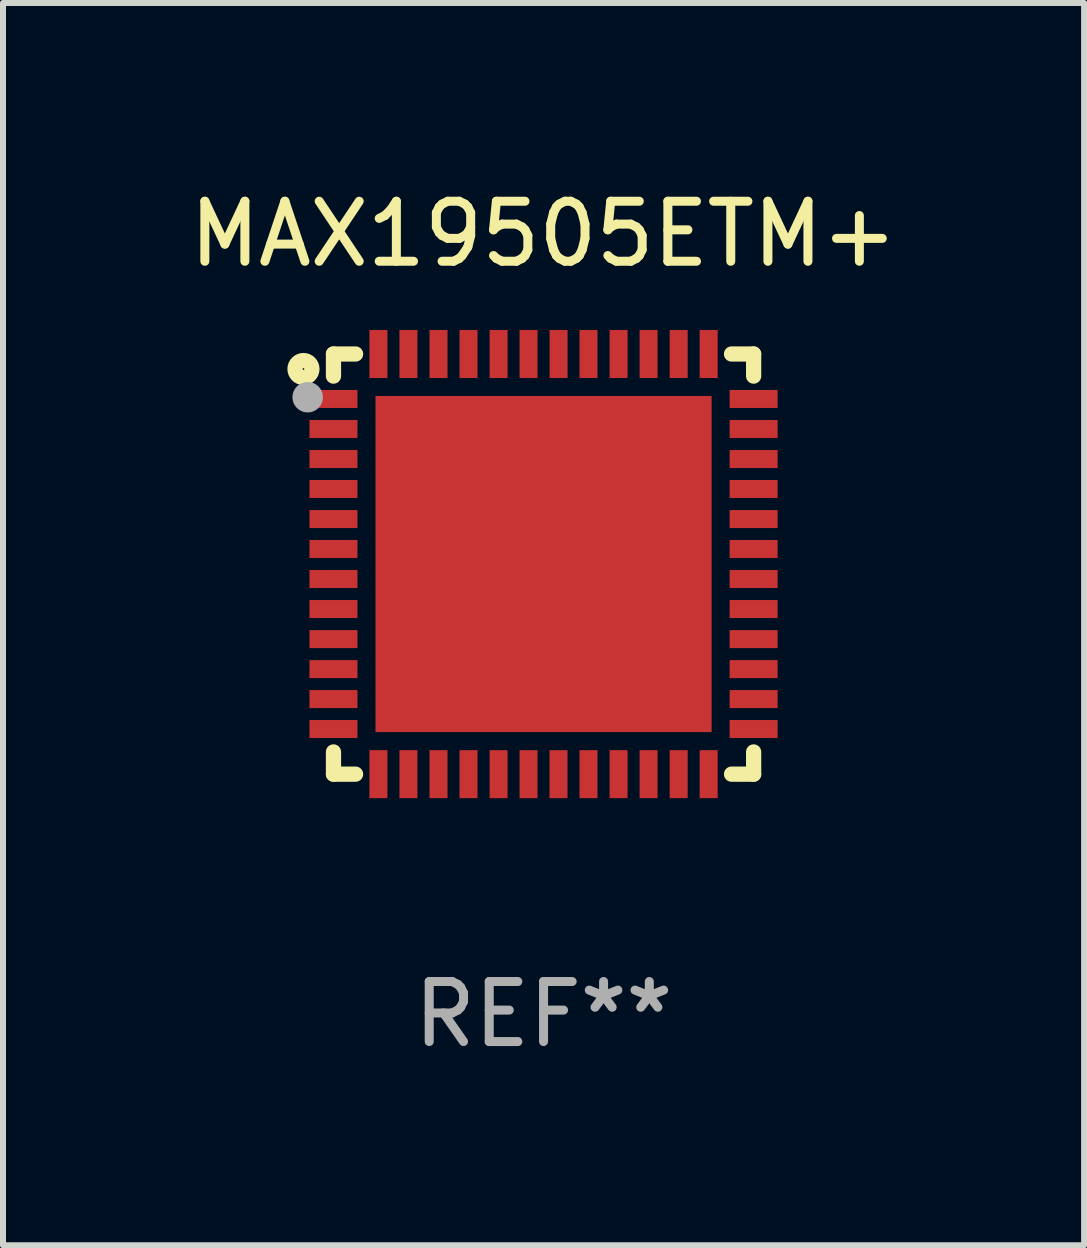
<source format=kicad_pcb>
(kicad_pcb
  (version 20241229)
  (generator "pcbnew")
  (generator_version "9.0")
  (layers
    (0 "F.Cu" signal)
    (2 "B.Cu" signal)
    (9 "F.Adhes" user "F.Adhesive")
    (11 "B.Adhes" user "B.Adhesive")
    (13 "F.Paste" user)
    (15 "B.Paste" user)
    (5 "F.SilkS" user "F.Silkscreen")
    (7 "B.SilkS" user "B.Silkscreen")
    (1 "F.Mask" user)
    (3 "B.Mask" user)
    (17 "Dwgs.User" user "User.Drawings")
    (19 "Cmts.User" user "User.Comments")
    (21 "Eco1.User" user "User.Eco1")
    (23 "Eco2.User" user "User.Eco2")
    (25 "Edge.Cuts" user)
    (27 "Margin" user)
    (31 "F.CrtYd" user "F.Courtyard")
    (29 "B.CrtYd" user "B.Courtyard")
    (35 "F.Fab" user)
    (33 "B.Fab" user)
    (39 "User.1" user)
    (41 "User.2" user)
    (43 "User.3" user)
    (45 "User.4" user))
  (footprint "MAX19505ETM+"
    (layer "F.Cu")
    (at 6.006 6.348)
    (property "Reference" "MAX19505ETM+" (at 0 -5.5 0) (layer "F.SilkS") (effects (font (size 1 1) (thickness 0.15))))
    (attr through_hole)
    (fp_line (start -3.5 -3.5) (end -3.132 -3.5) (stroke (width 0.254) (type solid)) (layer "F.SilkS"))
    (fp_line (start -3.5 -3.132) (end -3.5 -3.5) (stroke (width 0.254) (type solid)) (layer "F.SilkS"))
    (fp_line (start -3.5 3.5) (end -3.5 3.13) (stroke (width 0.254) (type solid)) (layer "F.SilkS"))
    (fp_line (start -3.132 3.5) (end -3.5 3.5) (stroke (width 0.254) (type solid)) (layer "F.SilkS"))
    (fp_line (start 3.132 -3.5) (end 3.5 -3.5) (stroke (width 0.254) (type solid)) (layer "F.SilkS"))
    (fp_line (start 3.5 -3.5) (end 3.5 -3.132) (stroke (width 0.254) (type solid)) (layer "F.SilkS"))
    (fp_line (start 3.5 3.13) (end 3.5 3.5) (stroke (width 0.254) (type solid)) (layer "F.SilkS"))
    (fp_line (start 3.5 3.5) (end 3.132 3.5) (stroke (width 0.254) (type solid)) (layer "F.SilkS"))
    (fp_circle (center -4 -3.25) (end -3.859 -3.25) (stroke (width 0.254) (type solid)) (fill no) (layer "F.SilkS"))
    (fp_circle (center -3.5 -3.501) (end -3.47 -3.501) (stroke (width 0.06) (type solid)) (fill no) (layer "F.SilkS"))
    (fp_circle (center -3.93 -2.78) (end -3.803 -2.78) (stroke (width 0.254) (type solid)) (fill no) (layer "F.Fab"))
    (fp_text user "REF**" (at 0 7.5 0) (layer "F.Fab") (effects (font (size 1 1) (thickness 0.15))))
    (pad "1" smd rect (at -3.5 -2.751 270) (size 0.3 0.8) (layers "F.Cu" "F.Mask" "F.Paste"))
    (pad "2" smd rect (at -3.5 -2.25 270) (size 0.3 0.8) (layers "F.Cu" "F.Mask" "F.Paste"))
    (pad "3" smd rect (at -3.5 -1.75 270) (size 0.3 0.8) (layers "F.Cu" "F.Mask" "F.Paste"))
    (pad "4" smd rect (at -3.5 -1.251 270) (size 0.3 0.8) (layers "F.Cu" "F.Mask" "F.Paste"))
    (pad "5" smd rect (at -3.5 -0.75 270) (size 0.3 0.8) (layers "F.Cu" "F.Mask" "F.Paste"))
    (pad "6" smd rect (at -3.5 -0.251 270) (size 0.3 0.8) (layers "F.Cu" "F.Mask" "F.Paste"))
    (pad "7" smd rect (at -3.5 0.249 270) (size 0.3 0.8) (layers "F.Cu" "F.Mask" "F.Paste"))
    (pad "8" smd rect (at -3.5 0.749 270) (size 0.3 0.8) (layers "F.Cu" "F.Mask" "F.Paste"))
    (pad "9" smd rect (at -3.5 1.25 270) (size 0.3 0.8) (layers "F.Cu" "F.Mask" "F.Paste"))
    (pad "10" smd rect (at -3.5 1.75 270) (size 0.3 0.8) (layers "F.Cu" "F.Mask" "F.Paste"))
    (pad "11" smd rect (at -3.5 2.249 270) (size 0.3 0.8) (layers "F.Cu" "F.Mask" "F.Paste"))
    (pad "12" smd rect (at -3.5 2.748 270) (size 0.3 0.8) (layers "F.Cu" "F.Mask" "F.Paste"))
    (pad "13" smd rect (at -2.751 3.5 180) (size 0.3 0.8) (layers "F.Cu" "F.Mask" "F.Paste"))
    (pad "14" smd rect (at -2.251 3.5 180) (size 0.3 0.8) (layers "F.Cu" "F.Mask" "F.Paste"))
    (pad "15" smd rect (at -1.75 3.5 180) (size 0.3 0.8) (layers "F.Cu" "F.Mask" "F.Paste"))
    (pad "16" smd rect (at -1.25 3.5 180) (size 0.3 0.8) (layers "F.Cu" "F.Mask" "F.Paste"))
    (pad "17" smd rect (at -0.749 3.5 180) (size 0.3 0.8) (layers "F.Cu" "F.Mask" "F.Paste"))
    (pad "18" smd rect (at -0.25 3.5 180) (size 0.3 0.8) (layers "F.Cu" "F.Mask" "F.Paste"))
    (pad "19" smd rect (at 0.249 3.5 180) (size 0.3 0.8) (layers "F.Cu" "F.Mask" "F.Paste"))
    (pad "20" smd rect (at 0.749 3.5 180) (size 0.3 0.8) (layers "F.Cu" "F.Mask" "F.Paste"))
    (pad "21" smd rect (at 1.25 3.5 180) (size 0.3 0.8) (layers "F.Cu" "F.Mask" "F.Paste"))
    (pad "22" smd rect (at 1.75 3.5 180) (size 0.3 0.8) (layers "F.Cu" "F.Mask" "F.Paste"))
    (pad "23" smd rect (at 2.251 3.5 180) (size 0.3 0.8) (layers "F.Cu" "F.Mask" "F.Paste"))
    (pad "24" smd rect (at 2.751 3.5 180) (size 0.3 0.8) (layers "F.Cu" "F.Mask" "F.Paste"))
    (pad "25" smd rect (at 3.5 2.748 270) (size 0.3 0.8) (layers "F.Cu" "F.Mask" "F.Paste"))
    (pad "26" smd rect (at 3.5 2.249 270) (size 0.3 0.8) (layers "F.Cu" "F.Mask" "F.Paste"))
    (pad "27" smd rect (at 3.5 1.75 270) (size 0.3 0.8) (layers "F.Cu" "F.Mask" "F.Paste"))
    (pad "28" smd rect (at 3.5 1.25 270) (size 0.3 0.8) (layers "F.Cu" "F.Mask" "F.Paste"))
    (pad "29" smd rect (at 3.5 0.749 270) (size 0.3 0.8) (layers "F.Cu" "F.Mask" "F.Paste"))
    (pad "30" smd rect (at 3.5 0.249 270) (size 0.3 0.8) (layers "F.Cu" "F.Mask" "F.Paste"))
    (pad "31" smd rect (at 3.5 -0.251 270) (size 0.3 0.8) (layers "F.Cu" "F.Mask" "F.Paste"))
    (pad "32" smd rect (at 3.5 -0.75 270) (size 0.3 0.8) (layers "F.Cu" "F.Mask" "F.Paste"))
    (pad "33" smd rect (at 3.5 -1.251 270) (size 0.3 0.8) (layers "F.Cu" "F.Mask" "F.Paste"))
    (pad "34" smd rect (at 3.5 -1.75 270) (size 0.3 0.8) (layers "F.Cu" "F.Mask" "F.Paste"))
    (pad "35" smd rect (at 3.5 -2.25 270) (size 0.3 0.8) (layers "F.Cu" "F.Mask" "F.Paste"))
    (pad "36" smd rect (at 3.5 -2.751 270) (size 0.3 0.8) (layers "F.Cu" "F.Mask" "F.Paste"))
    (pad "37" smd rect (at 2.751 -3.5 180) (size 0.3 0.8) (layers "F.Cu" "F.Mask" "F.Paste"))
    (pad "38" smd rect (at 2.251 -3.5 180) (size 0.3 0.8) (layers "F.Cu" "F.Mask" "F.Paste"))
    (pad "39" smd rect (at 1.75 -3.5 180) (size 0.3 0.8) (layers "F.Cu" "F.Mask" "F.Paste"))
    (pad "40" smd rect (at 1.25 -3.5 180) (size 0.3 0.8) (layers "F.Cu" "F.Mask" "F.Paste"))
    (pad "41" smd rect (at 0.749 -3.5 180) (size 0.3 0.8) (layers "F.Cu" "F.Mask" "F.Paste"))
    (pad "42" smd rect (at 0.25 -3.5 180) (size 0.3 0.8) (layers "F.Cu" "F.Mask" "F.Paste"))
    (pad "43" smd rect (at -0.25 -3.5 180) (size 0.3 0.8) (layers "F.Cu" "F.Mask" "F.Paste"))
    (pad "44" smd rect (at -0.749 -3.5 180) (size 0.3 0.8) (layers "F.Cu" "F.Mask" "F.Paste"))
    (pad "45" smd rect (at -1.25 -3.5 180) (size 0.3 0.8) (layers "F.Cu" "F.Mask" "F.Paste"))
    (pad "46" smd rect (at -1.75 -3.5 180) (size 0.3 0.8) (layers "F.Cu" "F.Mask" "F.Paste"))
    (pad "47" smd rect (at -2.251 -3.5 180) (size 0.3 0.8) (layers "F.Cu" "F.Mask" "F.Paste"))
    (pad "48" smd rect (at -2.751 -3.5 180) (size 0.3 0.8) (layers "F.Cu" "F.Mask" "F.Paste"))
    (pad "49" smd rect (at 0.000127 -0.001 180) (size 5.6 5.6) (layers "F.Cu" "F.Mask" "F.Paste")))
  (gr_rect
    (start -3 -3)
    (end 15.012 17.697)
    (stroke (width 0.1) (type default))
    (fill no)
    (layer "Edge.Cuts")))
</source>
